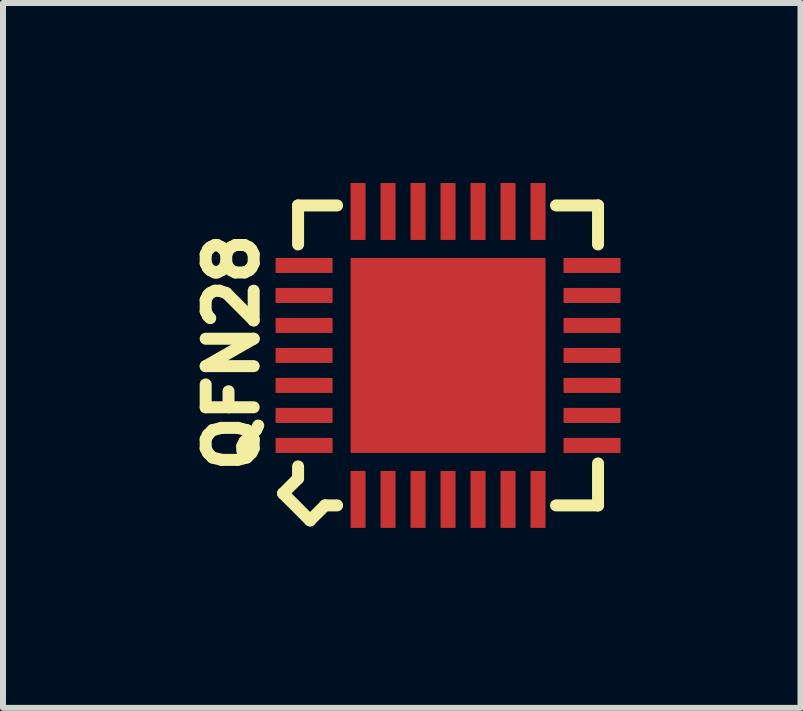
<source format=kicad_pcb>
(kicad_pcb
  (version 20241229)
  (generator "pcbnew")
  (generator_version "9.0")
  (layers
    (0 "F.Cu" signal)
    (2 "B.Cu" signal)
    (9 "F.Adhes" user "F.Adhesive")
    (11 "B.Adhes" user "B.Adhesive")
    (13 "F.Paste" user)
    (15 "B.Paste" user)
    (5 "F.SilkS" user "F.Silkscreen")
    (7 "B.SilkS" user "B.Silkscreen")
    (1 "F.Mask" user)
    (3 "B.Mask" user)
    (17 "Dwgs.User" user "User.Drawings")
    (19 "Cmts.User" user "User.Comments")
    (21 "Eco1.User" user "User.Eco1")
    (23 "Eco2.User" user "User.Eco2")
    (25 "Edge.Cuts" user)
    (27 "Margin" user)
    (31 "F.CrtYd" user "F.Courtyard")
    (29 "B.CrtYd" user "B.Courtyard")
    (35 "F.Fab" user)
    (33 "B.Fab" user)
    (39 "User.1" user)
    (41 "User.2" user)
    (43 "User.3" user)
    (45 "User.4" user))
  (footprint "QFN28"
    (layer "F.Cu")
    (at 1.919 5.375)
    (property "Reference" "QFN28" (at -1.1 -2.55 90) (layer "F.SilkS") (effects (font (size 0.8 0.8) (thickness 0.2))))
    (attr through_hole)
    (fp_line (start -0.25 -0.2) (end 0.2 0.25) (stroke (width 0.2) (type solid)) (layer "F.SilkS"))
    (fp_line (start 0 -5) (end 0 -4.35) (stroke (width 0.2) (type solid)) (layer "F.SilkS"))
    (fp_line (start 0 -0.65) (end 0 -0.45) (stroke (width 0.2) (type solid)) (layer "F.SilkS"))
    (fp_line (start 0 -0.45) (end -0.25 -0.2) (stroke (width 0.2) (type solid)) (layer "F.SilkS"))
    (fp_line (start 0.2 0.25) (end 0.45 0) (stroke (width 0.2) (type solid)) (layer "F.SilkS"))
    (fp_line (start 0.45 0) (end 0.65 0) (stroke (width 0.2) (type solid)) (layer "F.SilkS"))
    (fp_line (start 0.65 -5) (end 0 -5) (stroke (width 0.2) (type solid)) (layer "F.SilkS"))
    (fp_line (start 4.3 0) (end 5 0) (stroke (width 0.2) (type solid)) (layer "F.SilkS"))
    (fp_line (start 5 -5) (end 4.3 -5) (stroke (width 0.2) (type solid)) (layer "F.SilkS"))
    (fp_line (start 5 -4.35) (end 5 -5) (stroke (width 0.2) (type solid)) (layer "F.SilkS"))
    (fp_line (start 5 0) (end 5 -0.7) (stroke (width 0.2) (type solid)) (layer "F.SilkS"))
    (pad "1" smd rect (at 1 -0.1) (size 0.25 0.95) (layers "F.Cu" "F.Mask" "F.Paste"))
    (pad "2" smd rect (at 1.5 -0.1) (size 0.25 0.95) (layers "F.Cu" "F.Mask" "F.Paste"))
    (pad "3" smd rect (at 2 -0.1) (size 0.25 0.95) (layers "F.Cu" "F.Mask" "F.Paste"))
    (pad "4" smd rect (at 2.5 -0.1) (size 0.25 0.95) (layers "F.Cu" "F.Mask" "F.Paste"))
    (pad "5" smd rect (at 3 -0.1) (size 0.25 0.95) (layers "F.Cu" "F.Mask" "F.Paste"))
    (pad "6" smd rect (at 3.5 -0.1) (size 0.25 0.95) (layers "F.Cu" "F.Mask" "F.Paste"))
    (pad "7" smd rect (at 4 -0.1) (size 0.25 0.95) (layers "F.Cu" "F.Mask" "F.Paste"))
    (pad "8" smd rect (at 4.9 -1) (size 0.95 0.25) (layers "F.Cu" "F.Mask" "F.Paste"))
    (pad "9" smd rect (at 4.9 -1.5) (size 0.95 0.25) (layers "F.Cu" "F.Mask" "F.Paste"))
    (pad "10" smd rect (at 4.9 -2) (size 0.95 0.25) (layers "F.Cu" "F.Mask" "F.Paste"))
    (pad "11" smd rect (at 4.9 -2.5) (size 0.95 0.25) (layers "F.Cu" "F.Mask" "F.Paste"))
    (pad "12" smd rect (at 4.9 -3) (size 0.95 0.25) (layers "F.Cu" "F.Mask" "F.Paste"))
    (pad "13" smd rect (at 4.9 -3.5) (size 0.95 0.25) (layers "F.Cu" "F.Mask" "F.Paste"))
    (pad "14" smd rect (at 4.9 -4) (size 0.95 0.25) (layers "F.Cu" "F.Mask" "F.Paste"))
    (pad "15" smd rect (at 4 -4.9) (size 0.25 0.95) (layers "F.Cu" "F.Mask" "F.Paste"))
    (pad "16" smd rect (at 3.5 -4.9) (size 0.25 0.95) (layers "F.Cu" "F.Mask" "F.Paste"))
    (pad "17" smd rect (at 3 -4.9) (size 0.25 0.95) (layers "F.Cu" "F.Mask" "F.Paste"))
    (pad "18" smd rect (at 2.5 -4.9) (size 0.25 0.95) (layers "F.Cu" "F.Mask" "F.Paste"))
    (pad "19" smd rect (at 2 -4.9) (size 0.25 0.95) (layers "F.Cu" "F.Mask" "F.Paste"))
    (pad "20" smd rect (at 1.5 -4.9) (size 0.25 0.95) (layers "F.Cu" "F.Mask" "F.Paste"))
    (pad "21" smd rect (at 1 -4.9) (size 0.25 0.95) (layers "F.Cu" "F.Mask" "F.Paste"))
    (pad "22" smd rect (at 0.1 -4) (size 0.95 0.25) (layers "F.Cu" "F.Mask" "F.Paste"))
    (pad "23" smd rect (at 0.1 -3.5) (size 0.95 0.25) (layers "F.Cu" "F.Mask" "F.Paste"))
    (pad "24" smd rect (at 0.1 -3) (size 0.95 0.25) (layers "F.Cu" "F.Mask" "F.Paste"))
    (pad "25" smd rect (at 0.1 -2.5) (size 0.95 0.25) (layers "F.Cu" "F.Mask" "F.Paste"))
    (pad "26" smd rect (at 0.1 -2) (size 0.95 0.25) (layers "F.Cu" "F.Mask" "F.Paste"))
    (pad "27" smd rect (at 0.1 -1.5) (size 0.95 0.25) (layers "F.Cu" "F.Mask" "F.Paste"))
    (pad "28" smd rect (at 0.1 -1) (size 0.95 0.25) (layers "F.Cu" "F.Mask" "F.Paste"))
    (pad "29" smd rect (at 2.5 -2.5) (size 3.25 3.25) (layers "F.Cu" "F.Mask" "F.Paste")))
  (gr_rect
    (start -3 -3)
    (end 10.294 8.75)
    (stroke (width 0.1) (type default))
    (fill no)
    (layer "Edge.Cuts")))
</source>
